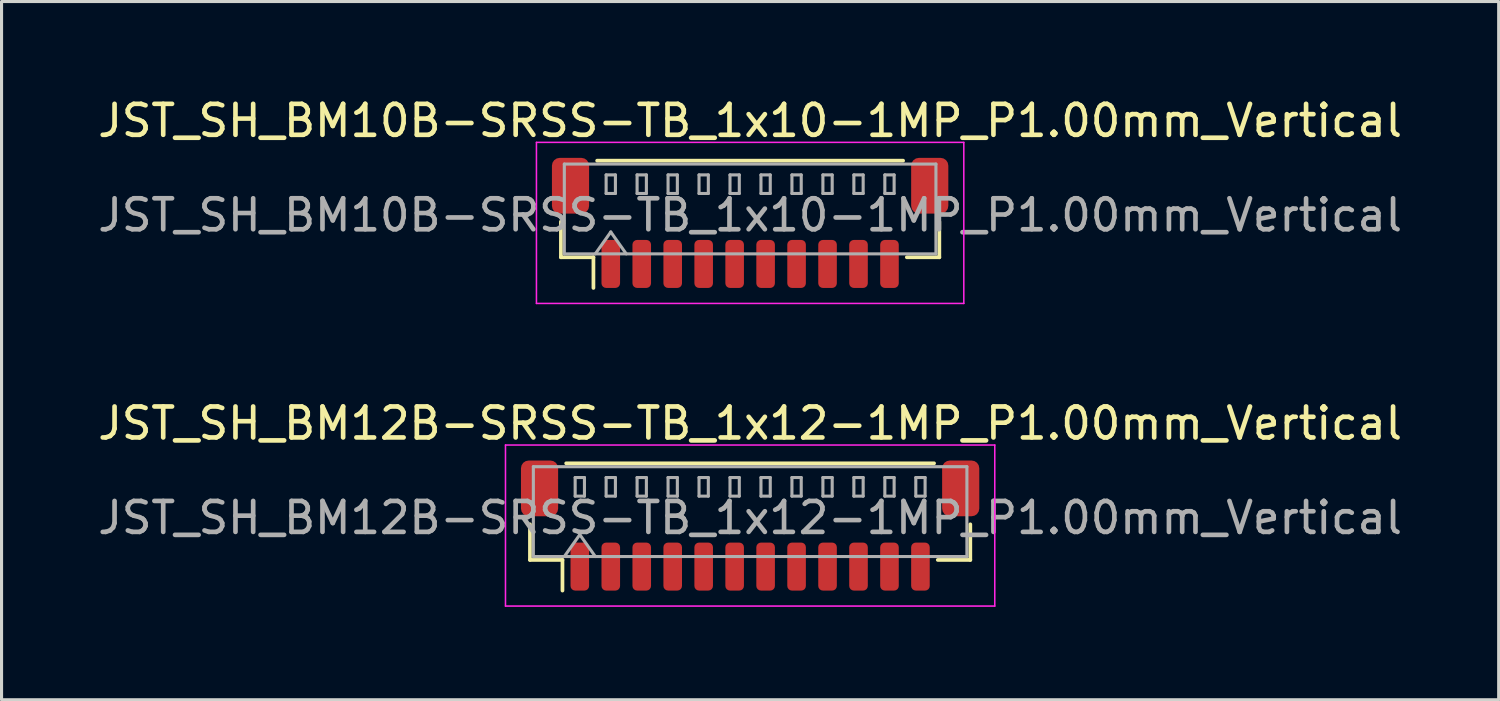
<source format=kicad_pcb>
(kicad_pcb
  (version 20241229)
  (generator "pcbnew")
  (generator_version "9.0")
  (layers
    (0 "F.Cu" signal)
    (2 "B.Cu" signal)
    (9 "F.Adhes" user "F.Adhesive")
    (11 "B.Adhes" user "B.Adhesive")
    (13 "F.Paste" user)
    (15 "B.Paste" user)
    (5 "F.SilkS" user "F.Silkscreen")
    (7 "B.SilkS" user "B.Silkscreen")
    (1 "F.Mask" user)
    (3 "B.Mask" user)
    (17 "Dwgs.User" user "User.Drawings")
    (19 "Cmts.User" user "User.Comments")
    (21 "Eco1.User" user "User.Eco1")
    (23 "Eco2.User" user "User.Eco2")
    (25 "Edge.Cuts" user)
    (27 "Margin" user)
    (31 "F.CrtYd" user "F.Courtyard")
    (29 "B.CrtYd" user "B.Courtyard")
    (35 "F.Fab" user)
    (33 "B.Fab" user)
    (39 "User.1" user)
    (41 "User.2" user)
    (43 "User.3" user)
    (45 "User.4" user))
  (footprint "JST_SH_BM12B-SRSS-TB_1x12-1MP_P1.00mm_Vertical"
    (layer "F.Cu")
    (at 21.173 13.921)
    (property "Reference" "JST_SH_BM12B-SRSS-TB_1x12-1MP_P1.00mm_Vertical" (at 0 -3.3 0) (layer "F.SilkS") (effects (font (size 1 1) (thickness 0.15))))
    (attr smd)
    (fp_line (start -7.11 -0.04) (end -7.11 1.11) (stroke (width 0.12) (type solid)) (layer "F.SilkS"))
    (fp_line (start -7.11 1.11) (end -6.06 1.11) (stroke (width 0.12) (type solid)) (layer "F.SilkS"))
    (fp_line (start -6.06 1.11) (end -6.06 2.1) (stroke (width 0.12) (type solid)) (layer "F.SilkS"))
    (fp_line (start -5.94 -2.01) (end 5.94 -2.01) (stroke (width 0.12) (type solid)) (layer "F.SilkS"))
    (fp_line (start 7.11 -0.04) (end 7.11 1.11) (stroke (width 0.12) (type solid)) (layer "F.SilkS"))
    (fp_line (start 7.11 1.11) (end 6.06 1.11) (stroke (width 0.12) (type solid)) (layer "F.SilkS"))
    (fp_line (start -7.9 -2.6) (end -7.9 2.6) (stroke (width 0.05) (type solid)) (layer "F.CrtYd"))
    (fp_line (start -7.9 2.6) (end 7.9 2.6) (stroke (width 0.05) (type solid)) (layer "F.CrtYd"))
    (fp_line (start 7.9 -2.6) (end -7.9 -2.6) (stroke (width 0.05) (type solid)) (layer "F.CrtYd"))
    (fp_line (start 7.9 2.6) (end 7.9 -2.6) (stroke (width 0.05) (type solid)) (layer "F.CrtYd"))
    (fp_line (start -7 -1.9) (end 7 -1.9) (stroke (width 0.1) (type solid)) (layer "F.Fab"))
    (fp_line (start -7 1) (end -7 -1.9) (stroke (width 0.1) (type solid)) (layer "F.Fab"))
    (fp_line (start -7 1) (end 7 1) (stroke (width 0.1) (type solid)) (layer "F.Fab"))
    (fp_line (start -6 1) (end -5.5 0.293) (stroke (width 0.1) (type solid)) (layer "F.Fab"))
    (fp_line (start -5.65 -1.55) (end -5.65 -0.95) (stroke (width 0.1) (type solid)) (layer "F.Fab"))
    (fp_line (start -5.65 -0.95) (end -5.35 -0.95) (stroke (width 0.1) (type solid)) (layer "F.Fab"))
    (fp_line (start -5.5 0.293) (end -5 1) (stroke (width 0.1) (type solid)) (layer "F.Fab"))
    (fp_line (start -5.35 -1.55) (end -5.65 -1.55) (stroke (width 0.1) (type solid)) (layer "F.Fab"))
    (fp_line (start -5.35 -0.95) (end -5.35 -1.55) (stroke (width 0.1) (type solid)) (layer "F.Fab"))
    (fp_line (start -4.65 -1.55) (end -4.65 -0.95) (stroke (width 0.1) (type solid)) (layer "F.Fab"))
    (fp_line (start -4.65 -0.95) (end -4.35 -0.95) (stroke (width 0.1) (type solid)) (layer "F.Fab"))
    (fp_line (start -4.35 -1.55) (end -4.65 -1.55) (stroke (width 0.1) (type solid)) (layer "F.Fab"))
    (fp_line (start -4.35 -0.95) (end -4.35 -1.55) (stroke (width 0.1) (type solid)) (layer "F.Fab"))
    (fp_line (start -3.65 -1.55) (end -3.65 -0.95) (stroke (width 0.1) (type solid)) (layer "F.Fab"))
    (fp_line (start -3.65 -0.95) (end -3.35 -0.95) (stroke (width 0.1) (type solid)) (layer "F.Fab"))
    (fp_line (start -3.35 -1.55) (end -3.65 -1.55) (stroke (width 0.1) (type solid)) (layer "F.Fab"))
    (fp_line (start -3.35 -0.95) (end -3.35 -1.55) (stroke (width 0.1) (type solid)) (layer "F.Fab"))
    (fp_line (start -2.65 -1.55) (end -2.65 -0.95) (stroke (width 0.1) (type solid)) (layer "F.Fab"))
    (fp_line (start -2.65 -0.95) (end -2.35 -0.95) (stroke (width 0.1) (type solid)) (layer "F.Fab"))
    (fp_line (start -2.35 -1.55) (end -2.65 -1.55) (stroke (width 0.1) (type solid)) (layer "F.Fab"))
    (fp_line (start -2.35 -0.95) (end -2.35 -1.55) (stroke (width 0.1) (type solid)) (layer "F.Fab"))
    (fp_line (start -1.65 -1.55) (end -1.65 -0.95) (stroke (width 0.1) (type solid)) (layer "F.Fab"))
    (fp_line (start -1.65 -0.95) (end -1.35 -0.95) (stroke (width 0.1) (type solid)) (layer "F.Fab"))
    (fp_line (start -1.35 -1.55) (end -1.65 -1.55) (stroke (width 0.1) (type solid)) (layer "F.Fab"))
    (fp_line (start -1.35 -0.95) (end -1.35 -1.55) (stroke (width 0.1) (type solid)) (layer "F.Fab"))
    (fp_line (start -0.65 -1.55) (end -0.65 -0.95) (stroke (width 0.1) (type solid)) (layer "F.Fab"))
    (fp_line (start -0.65 -0.95) (end -0.35 -0.95) (stroke (width 0.1) (type solid)) (layer "F.Fab"))
    (fp_line (start -0.35 -1.55) (end -0.65 -1.55) (stroke (width 0.1) (type solid)) (layer "F.Fab"))
    (fp_line (start -0.35 -0.95) (end -0.35 -1.55) (stroke (width 0.1) (type solid)) (layer "F.Fab"))
    (fp_line (start 0.35 -1.55) (end 0.35 -0.95) (stroke (width 0.1) (type solid)) (layer "F.Fab"))
    (fp_line (start 0.35 -0.95) (end 0.65 -0.95) (stroke (width 0.1) (type solid)) (layer "F.Fab"))
    (fp_line (start 0.65 -1.55) (end 0.35 -1.55) (stroke (width 0.1) (type solid)) (layer "F.Fab"))
    (fp_line (start 0.65 -0.95) (end 0.65 -1.55) (stroke (width 0.1) (type solid)) (layer "F.Fab"))
    (fp_line (start 1.35 -1.55) (end 1.35 -0.95) (stroke (width 0.1) (type solid)) (layer "F.Fab"))
    (fp_line (start 1.35 -0.95) (end 1.65 -0.95) (stroke (width 0.1) (type solid)) (layer "F.Fab"))
    (fp_line (start 1.65 -1.55) (end 1.35 -1.55) (stroke (width 0.1) (type solid)) (layer "F.Fab"))
    (fp_line (start 1.65 -0.95) (end 1.65 -1.55) (stroke (width 0.1) (type solid)) (layer "F.Fab"))
    (fp_line (start 2.35 -1.55) (end 2.35 -0.95) (stroke (width 0.1) (type solid)) (layer "F.Fab"))
    (fp_line (start 2.35 -0.95) (end 2.65 -0.95) (stroke (width 0.1) (type solid)) (layer "F.Fab"))
    (fp_line (start 2.65 -1.55) (end 2.35 -1.55) (stroke (width 0.1) (type solid)) (layer "F.Fab"))
    (fp_line (start 2.65 -0.95) (end 2.65 -1.55) (stroke (width 0.1) (type solid)) (layer "F.Fab"))
    (fp_line (start 3.35 -1.55) (end 3.35 -0.95) (stroke (width 0.1) (type solid)) (layer "F.Fab"))
    (fp_line (start 3.35 -0.95) (end 3.65 -0.95) (stroke (width 0.1) (type solid)) (layer "F.Fab"))
    (fp_line (start 3.65 -1.55) (end 3.35 -1.55) (stroke (width 0.1) (type solid)) (layer "F.Fab"))
    (fp_line (start 3.65 -0.95) (end 3.65 -1.55) (stroke (width 0.1) (type solid)) (layer "F.Fab"))
    (fp_line (start 4.35 -1.55) (end 4.35 -0.95) (stroke (width 0.1) (type solid)) (layer "F.Fab"))
    (fp_line (start 4.35 -0.95) (end 4.65 -0.95) (stroke (width 0.1) (type solid)) (layer "F.Fab"))
    (fp_line (start 4.65 -1.55) (end 4.35 -1.55) (stroke (width 0.1) (type solid)) (layer "F.Fab"))
    (fp_line (start 4.65 -0.95) (end 4.65 -1.55) (stroke (width 0.1) (type solid)) (layer "F.Fab"))
    (fp_line (start 5.35 -1.55) (end 5.35 -0.95) (stroke (width 0.1) (type solid)) (layer "F.Fab"))
    (fp_line (start 5.35 -0.95) (end 5.65 -0.95) (stroke (width 0.1) (type solid)) (layer "F.Fab"))
    (fp_line (start 5.65 -1.55) (end 5.35 -1.55) (stroke (width 0.1) (type solid)) (layer "F.Fab"))
    (fp_line (start 5.65 -0.95) (end 5.65 -1.55) (stroke (width 0.1) (type solid)) (layer "F.Fab"))
    (fp_line (start 7 1) (end 7 -1.9) (stroke (width 0.1) (type solid)) (layer "F.Fab"))
    (fp_text user "${REFERENCE}" (at 0 -0.25 0) (layer "F.Fab") (effects (font (size 1 1) (thickness 0.15))))
    (pad "1" smd roundrect (at -5.5 1.325) (size 0.6 1.55) (layers "F.Cu" "F.Mask" "F.Paste") (roundrect_rratio 0.25))
    (pad "2" smd roundrect (at -4.5 1.325) (size 0.6 1.55) (layers "F.Cu" "F.Mask" "F.Paste") (roundrect_rratio 0.25))
    (pad "3" smd roundrect (at -3.5 1.325) (size 0.6 1.55) (layers "F.Cu" "F.Mask" "F.Paste") (roundrect_rratio 0.25))
    (pad "4" smd roundrect (at -2.5 1.325) (size 0.6 1.55) (layers "F.Cu" "F.Mask" "F.Paste") (roundrect_rratio 0.25))
    (pad "5" smd roundrect (at -1.5 1.325) (size 0.6 1.55) (layers "F.Cu" "F.Mask" "F.Paste") (roundrect_rratio 0.25))
    (pad "6" smd roundrect (at -0.5 1.325) (size 0.6 1.55) (layers "F.Cu" "F.Mask" "F.Paste") (roundrect_rratio 0.25))
    (pad "7" smd roundrect (at 0.5 1.325) (size 0.6 1.55) (layers "F.Cu" "F.Mask" "F.Paste") (roundrect_rratio 0.25))
    (pad "8" smd roundrect (at 1.5 1.325) (size 0.6 1.55) (layers "F.Cu" "F.Mask" "F.Paste") (roundrect_rratio 0.25))
    (pad "9" smd roundrect (at 2.5 1.325) (size 0.6 1.55) (layers "F.Cu" "F.Mask" "F.Paste") (roundrect_rratio 0.25))
    (pad "10" smd roundrect (at 3.5 1.325) (size 0.6 1.55) (layers "F.Cu" "F.Mask" "F.Paste") (roundrect_rratio 0.25))
    (pad "11" smd roundrect (at 4.5 1.325) (size 0.6 1.55) (layers "F.Cu" "F.Mask" "F.Paste") (roundrect_rratio 0.25))
    (pad "12" smd roundrect (at 5.5 1.325) (size 0.6 1.55) (layers "F.Cu" "F.Mask" "F.Paste") (roundrect_rratio 0.25))
    (pad "MP" smd roundrect (at -6.8 -1.2) (size 1.2 1.8) (layers "F.Cu" "F.Mask" "F.Paste") (roundrect_rratio 0.208))
    (pad "MP" smd roundrect (at 6.8 -1.2) (size 1.2 1.8) (layers "F.Cu" "F.Mask" "F.Paste") (roundrect_rratio 0.208)))
  (footprint "JST_SH_BM10B-SRSS-TB_1x10-1MP_P1.00mm_Vertical"
    (layer "F.Cu")
    (at 21.173 4.148)
    (property "Reference" "JST_SH_BM10B-SRSS-TB_1x10-1MP_P1.00mm_Vertical" (at 0 -3.3 0) (layer "F.SilkS") (effects (font (size 1 1) (thickness 0.15))))
    (attr smd)
    (fp_line (start -6.11 -0.04) (end -6.11 1.11) (stroke (width 0.12) (type solid)) (layer "F.SilkS"))
    (fp_line (start -6.11 1.11) (end -5.06 1.11) (stroke (width 0.12) (type solid)) (layer "F.SilkS"))
    (fp_line (start -5.06 1.11) (end -5.06 2.1) (stroke (width 0.12) (type solid)) (layer "F.SilkS"))
    (fp_line (start -4.94 -2.01) (end 4.94 -2.01) (stroke (width 0.12) (type solid)) (layer "F.SilkS"))
    (fp_line (start 6.11 -0.04) (end 6.11 1.11) (stroke (width 0.12) (type solid)) (layer "F.SilkS"))
    (fp_line (start 6.11 1.11) (end 5.06 1.11) (stroke (width 0.12) (type solid)) (layer "F.SilkS"))
    (fp_line (start -6.9 -2.6) (end -6.9 2.6) (stroke (width 0.05) (type solid)) (layer "F.CrtYd"))
    (fp_line (start -6.9 2.6) (end 6.9 2.6) (stroke (width 0.05) (type solid)) (layer "F.CrtYd"))
    (fp_line (start 6.9 -2.6) (end -6.9 -2.6) (stroke (width 0.05) (type solid)) (layer "F.CrtYd"))
    (fp_line (start 6.9 2.6) (end 6.9 -2.6) (stroke (width 0.05) (type solid)) (layer "F.CrtYd"))
    (fp_line (start -6 -1.9) (end 6 -1.9) (stroke (width 0.1) (type solid)) (layer "F.Fab"))
    (fp_line (start -6 1) (end -6 -1.9) (stroke (width 0.1) (type solid)) (layer "F.Fab"))
    (fp_line (start -6 1) (end 6 1) (stroke (width 0.1) (type solid)) (layer "F.Fab"))
    (fp_line (start -5 1) (end -4.5 0.293) (stroke (width 0.1) (type solid)) (layer "F.Fab"))
    (fp_line (start -4.65 -1.55) (end -4.65 -0.95) (stroke (width 0.1) (type solid)) (layer "F.Fab"))
    (fp_line (start -4.65 -0.95) (end -4.35 -0.95) (stroke (width 0.1) (type solid)) (layer "F.Fab"))
    (fp_line (start -4.5 0.293) (end -4 1) (stroke (width 0.1) (type solid)) (layer "F.Fab"))
    (fp_line (start -4.35 -1.55) (end -4.65 -1.55) (stroke (width 0.1) (type solid)) (layer "F.Fab"))
    (fp_line (start -4.35 -0.95) (end -4.35 -1.55) (stroke (width 0.1) (type solid)) (layer "F.Fab"))
    (fp_line (start -3.65 -1.55) (end -3.65 -0.95) (stroke (width 0.1) (type solid)) (layer "F.Fab"))
    (fp_line (start -3.65 -0.95) (end -3.35 -0.95) (stroke (width 0.1) (type solid)) (layer "F.Fab"))
    (fp_line (start -3.35 -1.55) (end -3.65 -1.55) (stroke (width 0.1) (type solid)) (layer "F.Fab"))
    (fp_line (start -3.35 -0.95) (end -3.35 -1.55) (stroke (width 0.1) (type solid)) (layer "F.Fab"))
    (fp_line (start -2.65 -1.55) (end -2.65 -0.95) (stroke (width 0.1) (type solid)) (layer "F.Fab"))
    (fp_line (start -2.65 -0.95) (end -2.35 -0.95) (stroke (width 0.1) (type solid)) (layer "F.Fab"))
    (fp_line (start -2.35 -1.55) (end -2.65 -1.55) (stroke (width 0.1) (type solid)) (layer "F.Fab"))
    (fp_line (start -2.35 -0.95) (end -2.35 -1.55) (stroke (width 0.1) (type solid)) (layer "F.Fab"))
    (fp_line (start -1.65 -1.55) (end -1.65 -0.95) (stroke (width 0.1) (type solid)) (layer "F.Fab"))
    (fp_line (start -1.65 -0.95) (end -1.35 -0.95) (stroke (width 0.1) (type solid)) (layer "F.Fab"))
    (fp_line (start -1.35 -1.55) (end -1.65 -1.55) (stroke (width 0.1) (type solid)) (layer "F.Fab"))
    (fp_line (start -1.35 -0.95) (end -1.35 -1.55) (stroke (width 0.1) (type solid)) (layer "F.Fab"))
    (fp_line (start -0.65 -1.55) (end -0.65 -0.95) (stroke (width 0.1) (type solid)) (layer "F.Fab"))
    (fp_line (start -0.65 -0.95) (end -0.35 -0.95) (stroke (width 0.1) (type solid)) (layer "F.Fab"))
    (fp_line (start -0.35 -1.55) (end -0.65 -1.55) (stroke (width 0.1) (type solid)) (layer "F.Fab"))
    (fp_line (start -0.35 -0.95) (end -0.35 -1.55) (stroke (width 0.1) (type solid)) (layer "F.Fab"))
    (fp_line (start 0.35 -1.55) (end 0.35 -0.95) (stroke (width 0.1) (type solid)) (layer "F.Fab"))
    (fp_line (start 0.35 -0.95) (end 0.65 -0.95) (stroke (width 0.1) (type solid)) (layer "F.Fab"))
    (fp_line (start 0.65 -1.55) (end 0.35 -1.55) (stroke (width 0.1) (type solid)) (layer "F.Fab"))
    (fp_line (start 0.65 -0.95) (end 0.65 -1.55) (stroke (width 0.1) (type solid)) (layer "F.Fab"))
    (fp_line (start 1.35 -1.55) (end 1.35 -0.95) (stroke (width 0.1) (type solid)) (layer "F.Fab"))
    (fp_line (start 1.35 -0.95) (end 1.65 -0.95) (stroke (width 0.1) (type solid)) (layer "F.Fab"))
    (fp_line (start 1.65 -1.55) (end 1.35 -1.55) (stroke (width 0.1) (type solid)) (layer "F.Fab"))
    (fp_line (start 1.65 -0.95) (end 1.65 -1.55) (stroke (width 0.1) (type solid)) (layer "F.Fab"))
    (fp_line (start 2.35 -1.55) (end 2.35 -0.95) (stroke (width 0.1) (type solid)) (layer "F.Fab"))
    (fp_line (start 2.35 -0.95) (end 2.65 -0.95) (stroke (width 0.1) (type solid)) (layer "F.Fab"))
    (fp_line (start 2.65 -1.55) (end 2.35 -1.55) (stroke (width 0.1) (type solid)) (layer "F.Fab"))
    (fp_line (start 2.65 -0.95) (end 2.65 -1.55) (stroke (width 0.1) (type solid)) (layer "F.Fab"))
    (fp_line (start 3.35 -1.55) (end 3.35 -0.95) (stroke (width 0.1) (type solid)) (layer "F.Fab"))
    (fp_line (start 3.35 -0.95) (end 3.65 -0.95) (stroke (width 0.1) (type solid)) (layer "F.Fab"))
    (fp_line (start 3.65 -1.55) (end 3.35 -1.55) (stroke (width 0.1) (type solid)) (layer "F.Fab"))
    (fp_line (start 3.65 -0.95) (end 3.65 -1.55) (stroke (width 0.1) (type solid)) (layer "F.Fab"))
    (fp_line (start 4.35 -1.55) (end 4.35 -0.95) (stroke (width 0.1) (type solid)) (layer "F.Fab"))
    (fp_line (start 4.35 -0.95) (end 4.65 -0.95) (stroke (width 0.1) (type solid)) (layer "F.Fab"))
    (fp_line (start 4.65 -1.55) (end 4.35 -1.55) (stroke (width 0.1) (type solid)) (layer "F.Fab"))
    (fp_line (start 4.65 -0.95) (end 4.65 -1.55) (stroke (width 0.1) (type solid)) (layer "F.Fab"))
    (fp_line (start 6 1) (end 6 -1.9) (stroke (width 0.1) (type solid)) (layer "F.Fab"))
    (fp_text user "${REFERENCE}" (at 0 -0.25 0) (layer "F.Fab") (effects (font (size 1 1) (thickness 0.15))))
    (pad "1" smd roundrect (at -4.5 1.325) (size 0.6 1.55) (layers "F.Cu" "F.Mask" "F.Paste") (roundrect_rratio 0.25))
    (pad "2" smd roundrect (at -3.5 1.325) (size 0.6 1.55) (layers "F.Cu" "F.Mask" "F.Paste") (roundrect_rratio 0.25))
    (pad "3" smd roundrect (at -2.5 1.325) (size 0.6 1.55) (layers "F.Cu" "F.Mask" "F.Paste") (roundrect_rratio 0.25))
    (pad "4" smd roundrect (at -1.5 1.325) (size 0.6 1.55) (layers "F.Cu" "F.Mask" "F.Paste") (roundrect_rratio 0.25))
    (pad "5" smd roundrect (at -0.5 1.325) (size 0.6 1.55) (layers "F.Cu" "F.Mask" "F.Paste") (roundrect_rratio 0.25))
    (pad "6" smd roundrect (at 0.5 1.325) (size 0.6 1.55) (layers "F.Cu" "F.Mask" "F.Paste") (roundrect_rratio 0.25))
    (pad "7" smd roundrect (at 1.5 1.325) (size 0.6 1.55) (layers "F.Cu" "F.Mask" "F.Paste") (roundrect_rratio 0.25))
    (pad "8" smd roundrect (at 2.5 1.325) (size 0.6 1.55) (layers "F.Cu" "F.Mask" "F.Paste") (roundrect_rratio 0.25))
    (pad "9" smd roundrect (at 3.5 1.325) (size 0.6 1.55) (layers "F.Cu" "F.Mask" "F.Paste") (roundrect_rratio 0.25))
    (pad "10" smd roundrect (at 4.5 1.325) (size 0.6 1.55) (layers "F.Cu" "F.Mask" "F.Paste") (roundrect_rratio 0.25))
    (pad "MP" smd roundrect (at -5.8 -1.2) (size 1.2 1.8) (layers "F.Cu" "F.Mask" "F.Paste") (roundrect_rratio 0.208))
    (pad "MP" smd roundrect (at 5.8 -1.2) (size 1.2 1.8) (layers "F.Cu" "F.Mask" "F.Paste") (roundrect_rratio 0.208)))
  (gr_rect
    (start -3 -3)
    (end 45.345 19.547)
    (stroke (width 0.1) (type default))
    (fill no)
    (layer "Edge.Cuts")))
</source>
